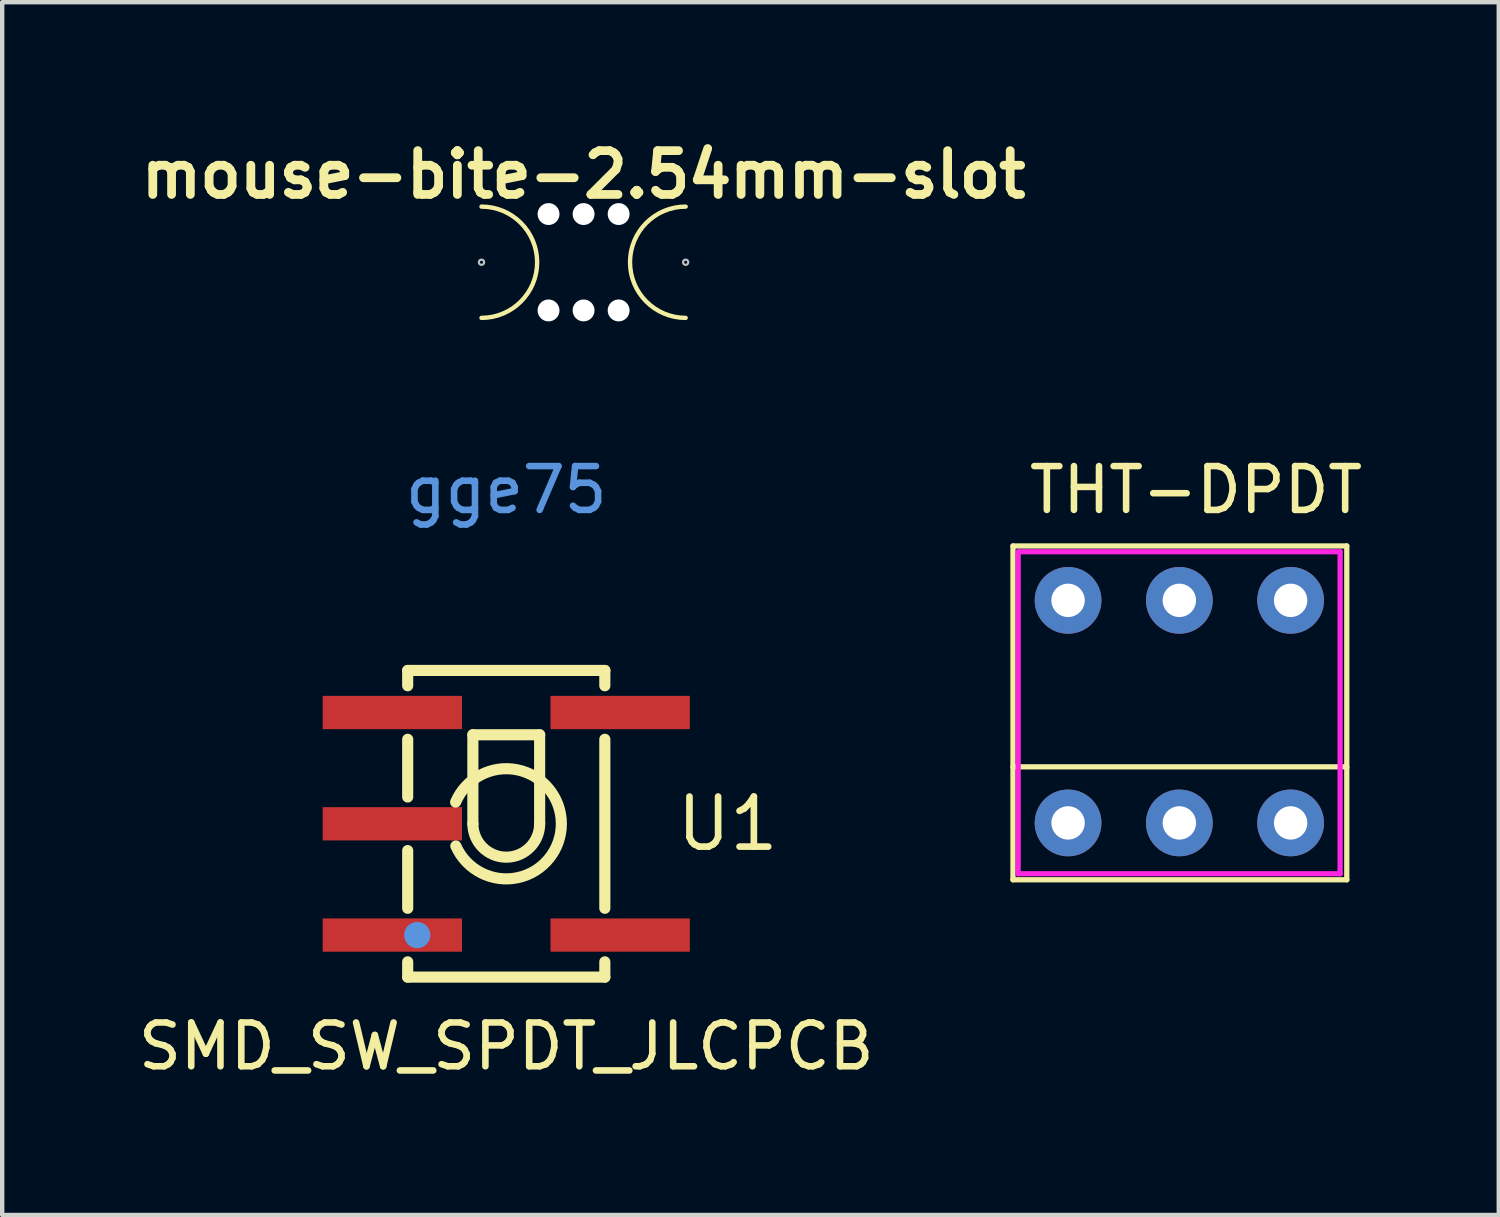
<source format=kicad_pcb>
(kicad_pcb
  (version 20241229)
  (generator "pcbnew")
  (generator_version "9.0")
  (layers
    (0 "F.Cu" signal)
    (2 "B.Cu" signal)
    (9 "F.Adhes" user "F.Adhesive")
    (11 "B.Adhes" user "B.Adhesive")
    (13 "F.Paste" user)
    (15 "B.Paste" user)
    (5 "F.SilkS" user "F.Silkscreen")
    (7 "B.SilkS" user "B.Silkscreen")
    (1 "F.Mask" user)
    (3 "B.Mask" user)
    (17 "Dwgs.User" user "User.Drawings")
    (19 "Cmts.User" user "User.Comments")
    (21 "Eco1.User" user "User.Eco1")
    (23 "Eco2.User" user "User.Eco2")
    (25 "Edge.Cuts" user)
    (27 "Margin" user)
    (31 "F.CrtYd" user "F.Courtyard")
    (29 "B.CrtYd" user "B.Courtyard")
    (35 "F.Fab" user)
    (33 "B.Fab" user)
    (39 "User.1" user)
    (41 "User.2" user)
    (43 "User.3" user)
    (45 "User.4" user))
  (footprint "THT-DPDT"
    (layer "F.Cu")
    (at 24.25 7.634)
    (property "Reference" "THT-DPDT" (at 0 0.5 0) (layer "F.SilkS") (effects (font (size 1 1) (thickness 0.15))))
    (attr through_hole)
    (fp_line (start -4.178 1.778) (end -4.178 9.398) (stroke (width 0.12) (type solid)) (layer "F.SilkS"))
    (fp_line (start -4.178 1.778) (end 3.442 1.778) (stroke (width 0.12) (type solid)) (layer "F.SilkS"))
    (fp_line (start 3.442 6.82) (end -4.178 6.82) (stroke (width 0.12) (type solid)) (layer "F.SilkS"))
    (fp_line (start 3.442 9.398) (end -4.178 9.398) (stroke (width 0.12) (type solid)) (layer "F.SilkS"))
    (fp_line (start 3.442 9.398) (end 3.442 1.778) (stroke (width 0.12) (type solid)) (layer "F.SilkS"))
    (fp_line (start -4.06 1.91) (end 3.29 1.91) (stroke (width 0.12) (type solid)) (layer "F.CrtYd"))
    (fp_line (start -4.06 9.26) (end -4.06 1.93) (stroke (width 0.12) (type solid)) (layer "F.CrtYd"))
    (fp_line (start 3.29 1.91) (end 3.29 9.26) (stroke (width 0.12) (type solid)) (layer "F.CrtYd"))
    (fp_line (start 3.29 9.26) (end -4.06 9.26) (stroke (width 0.12) (type solid)) (layer "F.CrtYd"))
    (pad "" thru_hole circle (at -2.92 3.02) (size 1.524 1.524) (drill 0.762) (layers "*.Cu" "*.Mask"))
    (pad "" thru_hole circle (at -0.38 3.02) (size 1.524 1.524) (drill 0.762) (layers "*.Cu" "*.Mask"))
    (pad "" thru_hole circle (at 2.16 3.02) (size 1.524 1.524) (drill 0.762) (layers "*.Cu" "*.Mask"))
    (pad "1" thru_hole circle (at -2.92 8.1) (size 1.524 1.524) (drill 0.762) (layers "*.Cu" "*.Mask"))
    (pad "2" thru_hole circle (at 2.16 8.1) (size 1.524 1.524) (drill 0.762) (layers "*.Cu" "*.Mask"))
    (pad "3" thru_hole circle (at -0.38 8.1) (size 1.524 1.524) (drill 0.762) (layers "*.Cu" "*.Mask")))
  (footprint "mouse-bite-2.54mm-slot"
    (layer "F.Cu")
    (at 10.271 2.936)
    (property "Reference" "mouse-bite-2.54mm-slot" (at 0 -2 0) (layer "F.SilkS") (effects (font (size 1 1) (thickness 0.2))))
    (attr through_hole)
    (fp_arc (start -2.33 -1.27) (mid -1.06 0) (end -2.33 1.27) (stroke (width 0.1) (type solid)) (layer "F.SilkS"))
    (fp_arc (start 2.33 1.27) (mid 1.06 0) (end 2.33 -1.27) (stroke (width 0.1) (type solid)) (layer "F.SilkS"))
    (fp_circle (center -2.33 0) (end -2.27 0) (stroke (width 0.05) (type solid)) (fill no) (layer "Dwgs.User"))
    (fp_circle (center 2.33 0) (end 2.33 -0.06) (stroke (width 0.05) (type solid)) (fill no) (layer "Dwgs.User"))
    (fp_line (start -2.33 0) (end -2.33 0) (stroke (width 2.54) (type solid)) (layer "Eco1.User"))
    (fp_line (start 2.33 0) (end 2.33 0) (stroke (width 2.54) (type solid)) (layer "Eco1.User"))
    (pad "" np_thru_hole circle (at -0.8 -1.1) (size 0.5 0.5) (drill 0.5) (layers "*.Cu" "*.Mask"))
    (pad "" np_thru_hole circle (at -0.8 1.1) (size 0.5 0.5) (drill 0.5) (layers "*.Cu" "*.Mask"))
    (pad "" np_thru_hole circle (at 0 -1.1) (size 0.5 0.5) (drill 0.5) (layers "*.Cu" "*.Mask"))
    (pad "" np_thru_hole circle (at 0 1.1) (size 0.5 0.5) (drill 0.5) (layers "*.Cu" "*.Mask"))
    (pad "" np_thru_hole circle (at 0.8 -1.1) (size 0.5 0.5) (drill 0.5) (layers "*.Cu" "*.Mask"))
    (pad "" np_thru_hole circle (at 0.8 1.1) (size 0.5 0.5) (drill 0.5) (layers "*.Cu" "*.Mask")))
  (footprint "SMD_SW_SPDT_JLCPCB"
    (layer "F.Cu")
    (at 8.506 15.754)
    (property "Reference" "SMD_SW_SPDT_JLCPCB" (at 0 5.08 0) (layer "F.SilkS") (effects (font (size 1 1) (thickness 0.15))))
    (attr through_hole)
    (fp_line (start -2.25 -3.5) (end 2.25 -3.5) (stroke (width 0.254) (type solid)) (layer "F.SilkS"))
    (fp_line (start -2.25 -3.151) (end -2.25 -3.5) (stroke (width 0.254) (type solid)) (layer "F.SilkS"))
    (fp_line (start -2.25 -0.611) (end -2.25 -1.929) (stroke (width 0.254) (type solid)) (layer "F.SilkS"))
    (fp_line (start -2.25 1.929) (end -2.25 0.611) (stroke (width 0.254) (type solid)) (layer "F.SilkS"))
    (fp_line (start -2.25 3.5) (end -2.25 3.151) (stroke (width 0.254) (type solid)) (layer "F.SilkS"))
    (fp_line (start -0.762 -2.032) (end 0.762 -2.032) (stroke (width 0.254) (type solid)) (layer "F.SilkS"))
    (fp_line (start -0.762 0) (end -0.762 -2.032) (stroke (width 0.254) (type solid)) (layer "F.SilkS"))
    (fp_line (start 0.762 -2.032) (end 0.762 0) (stroke (width 0.254) (type solid)) (layer "F.SilkS"))
    (fp_line (start 2.25 -3.5) (end 2.25 -3.151) (stroke (width 0.254) (type solid)) (layer "F.SilkS"))
    (fp_line (start 2.25 -1.929) (end 2.25 1.929) (stroke (width 0.254) (type solid)) (layer "F.SilkS"))
    (fp_line (start 2.25 3.151) (end 2.25 3.5) (stroke (width 0.254) (type solid)) (layer "F.SilkS"))
    (fp_line (start 2.25 3.5) (end -2.25 3.5) (stroke (width 0.254) (type solid)) (layer "F.SilkS"))
    (fp_arc (start -1.156 -0.495) (mid 1.257505 -0.006526) (end -1.1508 0.506972) (stroke (width 0.254) (type solid)) (layer "F.SilkS"))
    (fp_arc (start 0.762 0) (mid 0 0.762) (end -0.762 0) (stroke (width 0.254) (type solid)) (layer "F.SilkS"))
    (fp_circle (center -2.032 2.54) (end -1.882 2.54) (stroke (width 0.3) (type solid)) (fill no) (layer "Cmts.User"))
    (fp_text user "U1" (at 3.81 0 0) (layer "F.SilkS") (effects (font (size 1.143 1.143) (thickness 0.152)) (justify left)))
    (fp_text user "gge75" (at 0 -7.62 0) (layer "Cmts.User") (effects (font (size 1 1) (thickness 0.15))))
    (pad "1" smd rect (at -2.6 2.54) (size 3.18 0.76) (layers "F.Cu" "F.Mask" "F.Paste"))
    (pad "2" smd rect (at -2.6 0) (size 3.18 0.76) (layers "F.Cu" "F.Mask" "F.Paste"))
    (pad "3" smd rect (at -2.6 -2.54) (size 3.18 0.76) (layers "F.Cu" "F.Mask" "F.Paste"))
    (pad "4" smd rect (at 2.6 2.54) (size 3.18 0.76) (layers "F.Cu" "F.Mask" "F.Paste"))
    (pad "6" smd rect (at 2.6 -2.54) (size 3.18 0.76) (layers "F.Cu" "F.Mask" "F.Paste")))
  (gr_rect
    (start -3 -3)
    (end 31.161 24.683)
    (stroke (width 0.1) (type default))
    (fill no)
    (layer "Edge.Cuts")))
</source>
